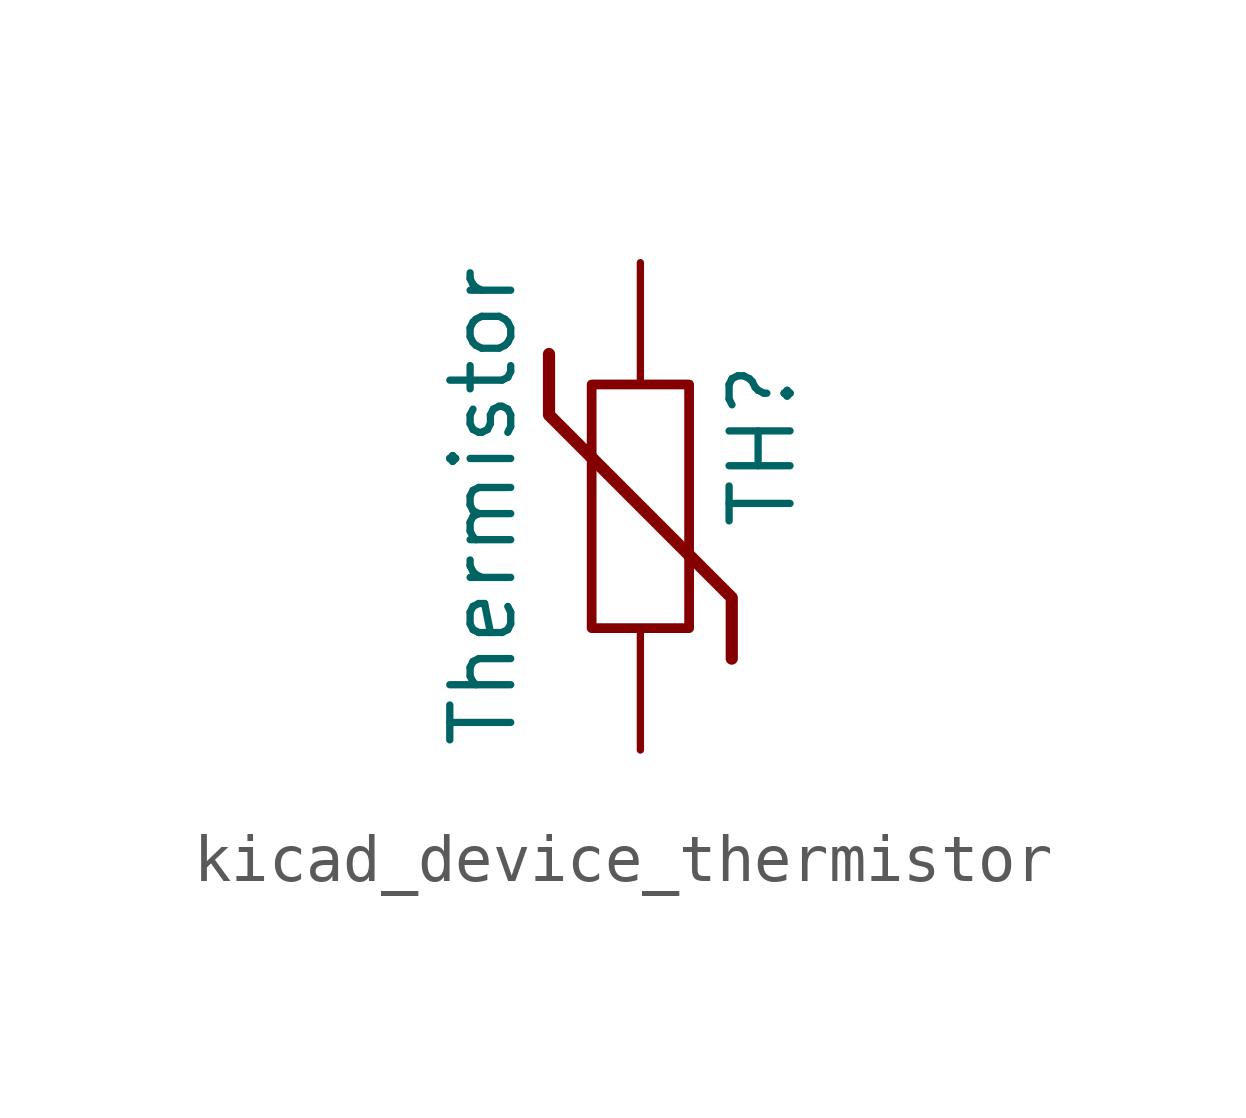
<source format=kicad_sym>
(kicad_symbol_lib
  (version 20220914)
  (generator kicad_symbol_editor)
  (symbol "kicad_device_thermistor"
    (pin_numbers hide)
    (pin_names
      (offset 0))
    (property "Reference" "TH"
      (at 2.54 1.27 90)
      (effects (font (size 1.27 1.27))))
    (property "Value" "Thermistor"
      (at -2.54 0 90)
      (effects (font (size 1.27 1.27)) (justify bottom)))
    (symbol "kicad_device_thermistor_0_1"
      (rectangle (start -1.016 2.54) (end 1.016 -2.54) (stroke (width 0.203) (type default)) (fill (type none)))
      (polyline (pts (xy -1.905 3.175) (xy -1.905 1.905) (xy 1.905 -1.905) (xy 1.905 -3.175) (xy 1.905 -3.175)) (stroke (width 0.254) (type default)) (fill (type none))))
    (symbol "kicad_device_thermistor_1_1"
      (pin passive line (at 0 5.08 270) (length 2.54) (name "~" (effects (font (size 1.27 1.27)))) (number "1" (effects (font (size 1.27 1.27)))))
      (pin passive line (at 0 -5.08 90) (length 2.54) (name "~" (effects (font (size 1.27 1.27)))) (number "2" (effects (font (size 1.27 1.27))))))))
</source>
